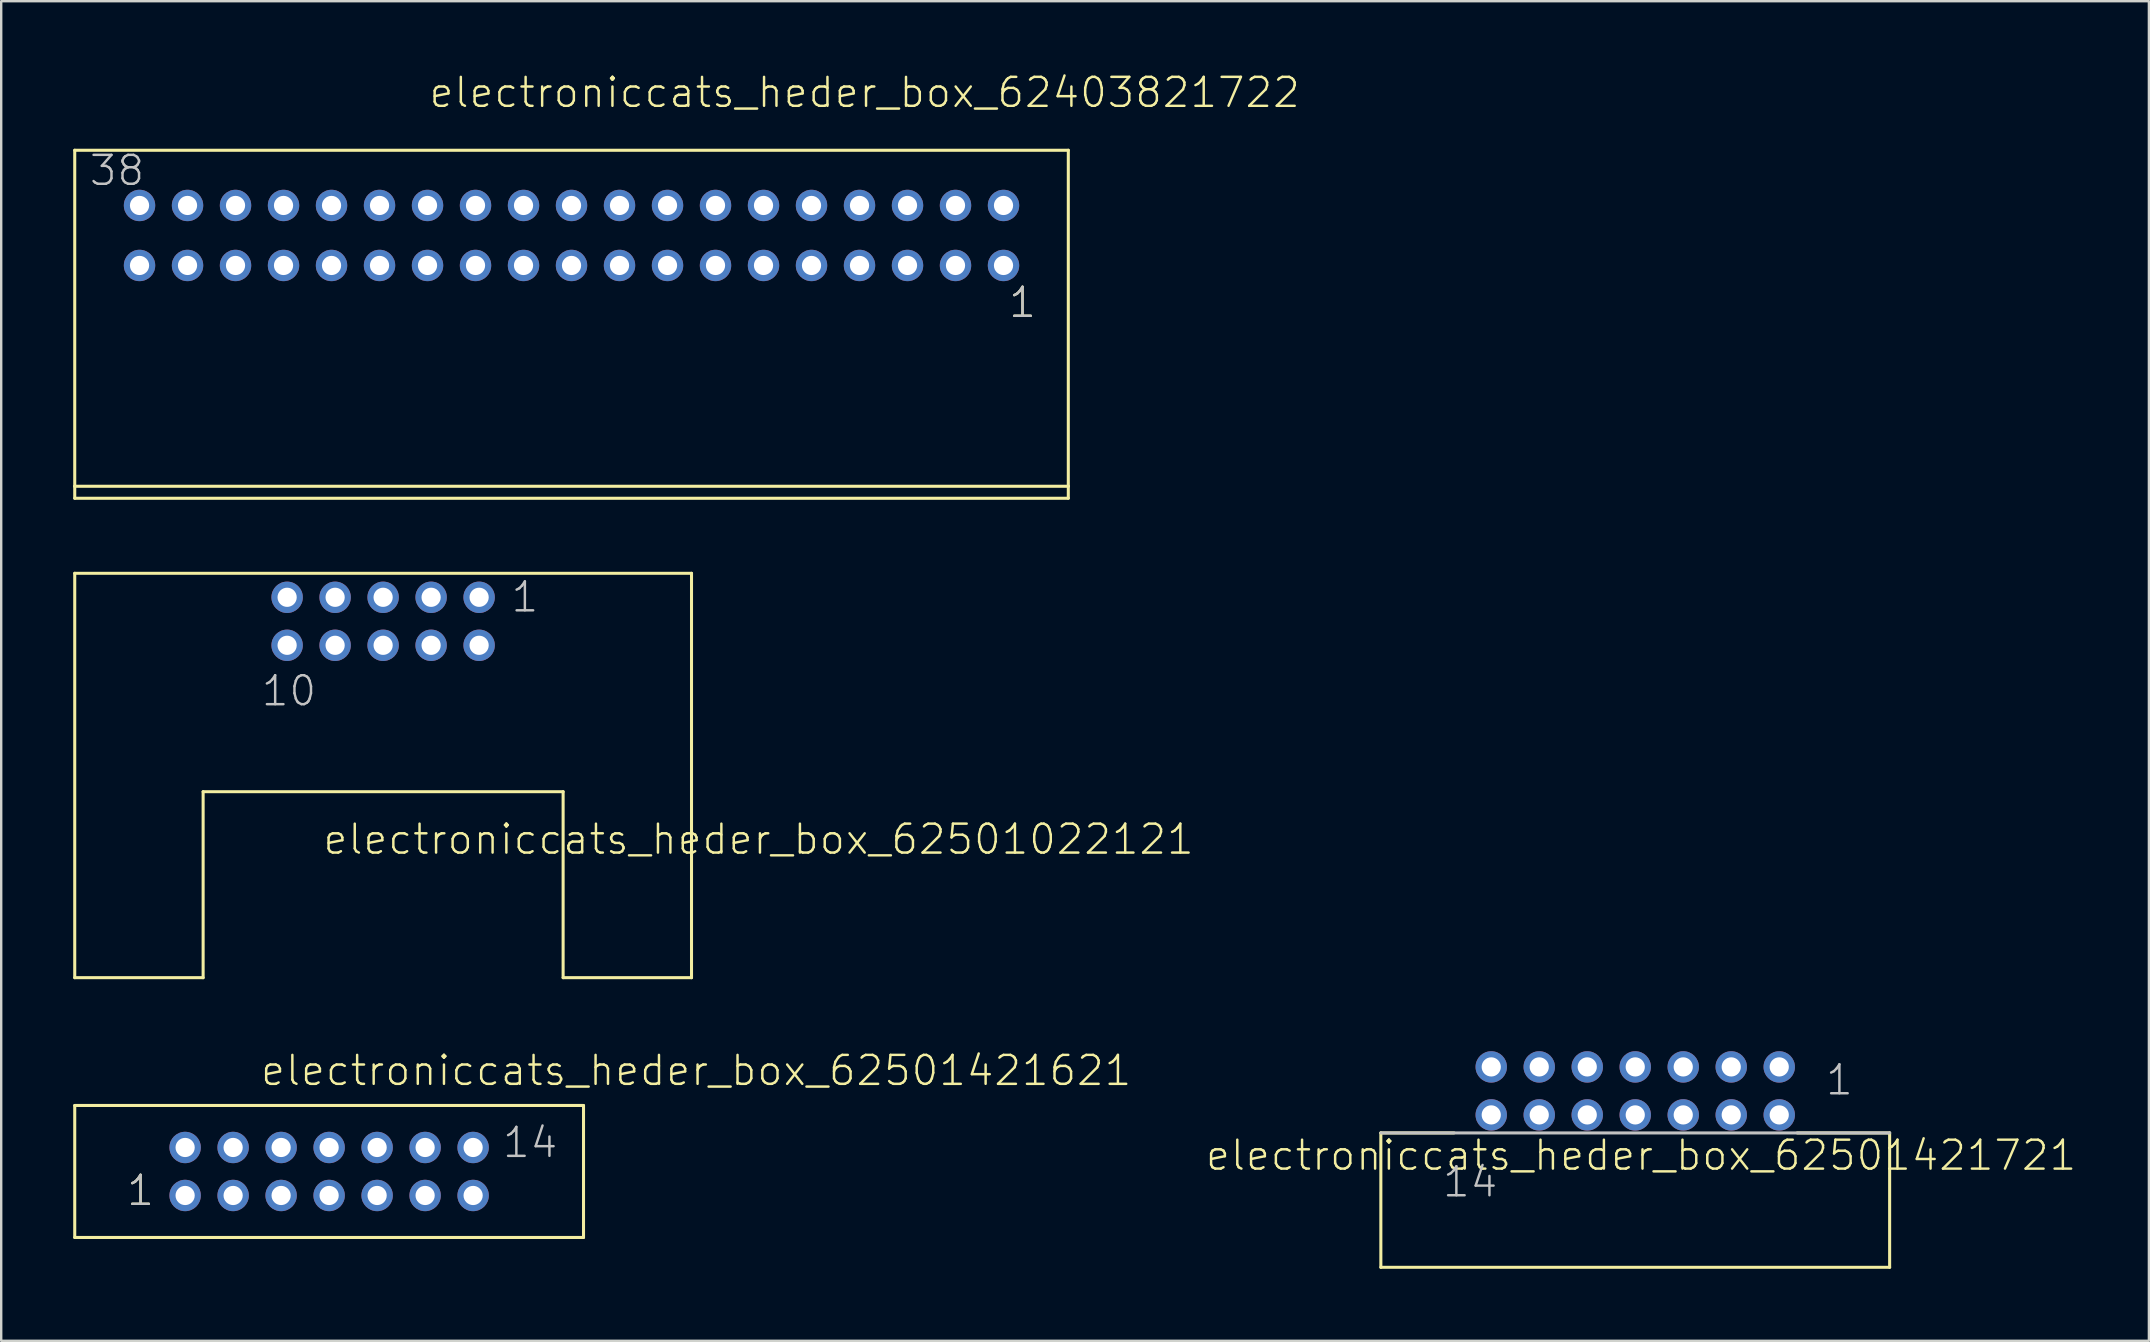
<source format=kicad_pcb>
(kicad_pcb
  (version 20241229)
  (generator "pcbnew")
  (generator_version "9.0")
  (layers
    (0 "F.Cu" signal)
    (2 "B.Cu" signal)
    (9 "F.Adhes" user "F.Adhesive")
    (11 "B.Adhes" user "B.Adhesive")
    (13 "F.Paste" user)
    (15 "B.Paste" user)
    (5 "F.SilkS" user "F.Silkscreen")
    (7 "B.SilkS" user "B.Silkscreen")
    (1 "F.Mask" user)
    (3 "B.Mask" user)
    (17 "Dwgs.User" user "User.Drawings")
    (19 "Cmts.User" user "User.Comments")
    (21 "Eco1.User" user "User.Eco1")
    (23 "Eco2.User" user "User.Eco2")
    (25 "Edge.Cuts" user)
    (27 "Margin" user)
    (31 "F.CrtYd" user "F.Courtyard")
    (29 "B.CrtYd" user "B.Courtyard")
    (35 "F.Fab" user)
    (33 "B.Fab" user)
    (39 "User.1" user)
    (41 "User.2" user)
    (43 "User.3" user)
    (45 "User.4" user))
  (footprint "electroniccats_heder_box_62501022121"
    (layer "F.Cu")
    (at 12.914 22.838)
    (property "Reference" "electroniccats_heder_box_62501022121" (at -2.57 9.79 0) (layer "F.SilkS") (effects (font (size 1.206 1.206) (thickness 0.102)) (justify left bottom)))
    (attr through_hole)
    (fp_line (start -12.85 -2) (end -12.85 14.85) (stroke (width 0.127) (type solid)) (layer "F.SilkS"))
    (fp_line (start -12.85 14.85) (end -7.5 14.85) (stroke (width 0.127) (type solid)) (layer "F.SilkS"))
    (fp_line (start -7.5 7.1) (end 7.5 7.1) (stroke (width 0.127) (type solid)) (layer "F.SilkS"))
    (fp_line (start -7.5 14.85) (end -7.5 7.1) (stroke (width 0.127) (type solid)) (layer "F.SilkS"))
    (fp_line (start 7.5 7.1) (end 7.5 14.85) (stroke (width 0.127) (type solid)) (layer "F.SilkS"))
    (fp_line (start 7.5 14.85) (end 12.85 14.85) (stroke (width 0.127) (type solid)) (layer "F.SilkS"))
    (fp_line (start 12.85 -2) (end -12.85 -2) (stroke (width 0.127) (type solid)) (layer "F.SilkS"))
    (fp_line (start 12.85 14.85) (end 12.85 -2) (stroke (width 0.127) (type solid)) (layer "F.SilkS"))
    (fp_text user "1" (at 5.265 -0.305 0) (layer "Dwgs.User") (effects (font (size 1.206 1.206) (thickness 0.102)) (justify left bottom)))
    (fp_text user "10" (at -5.14 3.605 0) (layer "Dwgs.User") (effects (font (size 1.206 1.206) (thickness 0.102)) (justify left bottom)))
    (pad "1" thru_hole circle (at 4 -1) (size 1.308 1.308) (drill 0.8) (layers "*.Cu" "*.Mask"))
    (pad "2" thru_hole circle (at 4 1) (size 1.308 1.308) (drill 0.8) (layers "*.Cu" "*.Mask"))
    (pad "3" thru_hole circle (at 2 -1) (size 1.308 1.308) (drill 0.8) (layers "*.Cu" "*.Mask"))
    (pad "4" thru_hole circle (at 2 1) (size 1.308 1.308) (drill 0.8) (layers "*.Cu" "*.Mask"))
    (pad "5" thru_hole circle (at 0 -1) (size 1.308 1.308) (drill 0.8) (layers "*.Cu" "*.Mask"))
    (pad "6" thru_hole circle (at 0 1) (size 1.308 1.308) (drill 0.8) (layers "*.Cu" "*.Mask"))
    (pad "7" thru_hole circle (at -2 -1) (size 1.308 1.308) (drill 0.8) (layers "*.Cu" "*.Mask"))
    (pad "8" thru_hole circle (at -2 1) (size 1.308 1.308) (drill 0.8) (layers "*.Cu" "*.Mask"))
    (pad "9" thru_hole circle (at -4 -1) (size 1.308 1.308) (drill 0.8) (layers "*.Cu" "*.Mask"))
    (pad "10" thru_hole circle (at -4 1) (size 1.308 1.308) (drill 0.8) (layers "*.Cu" "*.Mask")))
  (footprint "electroniccats_heder_box_62501421721"
    (layer "F.Cu")
    (at 65.087 43.406)
    (property "Reference" "electroniccats_heder_box_62501421721" (at -17.97 2.39 0) (layer "F.SilkS") (effects (font (size 1.206 1.206) (thickness 0.102)) (justify left bottom)))
    (attr through_hole)
    (fp_line (start -10.6 0.75) (end -10.6 6.35) (stroke (width 0.127) (type solid)) (layer "F.SilkS"))
    (fp_line (start -10.6 6.35) (end 10.6 6.35) (stroke (width 0.127) (type solid)) (layer "F.SilkS"))
    (fp_line (start -7.55 0.75) (end -10.6 0.75) (stroke (width 0.127) (type solid)) (layer "F.SilkS"))
    (fp_line (start 6.75 0.75) (end 10.6 0.75) (stroke (width 0.127) (type solid)) (layer "F.SilkS"))
    (fp_line (start 10.6 6.35) (end 10.6 0.75) (stroke (width 0.127) (type solid)) (layer "F.SilkS"))
    (fp_line (start 10.6 0.75) (end -10.6 0.75) (stroke (width 0.127) (type solid)) (layer "Dwgs.User"))
    (fp_text user "1" (at 7.865 -0.75 0) (layer "Dwgs.User") (effects (font (size 1.206 1.206) (thickness 0.102)) (justify left bottom)))
    (fp_text user "14" (at -8.095 3.5 0) (layer "Dwgs.User") (effects (font (size 1.206 1.206) (thickness 0.102)) (justify left bottom)))
    (pad "1" thru_hole circle (at 6 -2 180) (size 1.308 1.308) (drill 0.8) (layers "*.Cu" "*.Mask"))
    (pad "2" thru_hole circle (at 6 0 180) (size 1.308 1.308) (drill 0.8) (layers "*.Cu" "*.Mask"))
    (pad "3" thru_hole circle (at 4 -2 180) (size 1.308 1.308) (drill 0.8) (layers "*.Cu" "*.Mask"))
    (pad "4" thru_hole circle (at 4 0 180) (size 1.308 1.308) (drill 0.8) (layers "*.Cu" "*.Mask"))
    (pad "5" thru_hole circle (at 2 -2 180) (size 1.308 1.308) (drill 0.8) (layers "*.Cu" "*.Mask"))
    (pad "6" thru_hole circle (at 2 0 180) (size 1.308 1.308) (drill 0.8) (layers "*.Cu" "*.Mask"))
    (pad "7" thru_hole circle (at 0 -2 180) (size 1.308 1.308) (drill 0.8) (layers "*.Cu" "*.Mask"))
    (pad "8" thru_hole circle (at 0 0 180) (size 1.308 1.308) (drill 0.8) (layers "*.Cu" "*.Mask"))
    (pad "9" thru_hole circle (at -2 -2 180) (size 1.308 1.308) (drill 0.8) (layers "*.Cu" "*.Mask"))
    (pad "10" thru_hole circle (at -2 0 180) (size 1.308 1.308) (drill 0.8) (layers "*.Cu" "*.Mask"))
    (pad "11" thru_hole circle (at -4 -2 180) (size 1.308 1.308) (drill 0.8) (layers "*.Cu" "*.Mask"))
    (pad "12" thru_hole circle (at -4 0 180) (size 1.308 1.308) (drill 0.8) (layers "*.Cu" "*.Mask"))
    (pad "13" thru_hole circle (at -6 -2 180) (size 1.308 1.308) (drill 0.8) (layers "*.Cu" "*.Mask"))
    (pad "14" thru_hole circle (at -6 0 180) (size 1.308 1.308) (drill 0.8) (layers "*.Cu" "*.Mask")))
  (footprint "electroniccats_heder_box_62501421621"
    (layer "F.Cu")
    (at 8.664 45.763)
    (property "Reference" "electroniccats_heder_box_62501421621" (at -0.92 -3.5 0) (layer "F.SilkS") (effects (font (size 1.206 1.206) (thickness 0.102)) (justify left bottom)))
    (attr through_hole)
    (fp_line (start -8.6 -2.75) (end -8.6 2.75) (stroke (width 0.127) (type solid)) (layer "F.SilkS"))
    (fp_line (start -8.6 2.75) (end 12.6 2.75) (stroke (width 0.127) (type solid)) (layer "F.SilkS"))
    (fp_line (start 12.6 -2.75) (end -8.6 -2.75) (stroke (width 0.127) (type solid)) (layer "F.SilkS"))
    (fp_line (start 12.6 2.75) (end 12.6 -2.75) (stroke (width 0.127) (type solid)) (layer "F.SilkS"))
    (fp_text user "1" (at -6.5 1.5 0) (layer "F.SilkS") (effects (font (size 1.206 1.206) (thickness 0.102)) (justify left bottom)))
    (fp_text user "14" (at 9.16 -0.5 0) (layer "Dwgs.User") (effects (font (size 1.206 1.206) (thickness 0.102)) (justify left bottom)))
    (fp_text user "1" (at -6.5 1.5 0) (layer "Dwgs.User") (effects (font (size 1.206 1.206) (thickness 0.102)) (justify left bottom)))
    (pad "1" thru_hole circle (at -4 1) (size 1.308 1.308) (drill 0.8) (layers "*.Cu" "*.Mask"))
    (pad "2" thru_hole circle (at -4 -1) (size 1.308 1.308) (drill 0.8) (layers "*.Cu" "*.Mask"))
    (pad "3" thru_hole circle (at -2 1) (size 1.308 1.308) (drill 0.8) (layers "*.Cu" "*.Mask"))
    (pad "4" thru_hole circle (at -2 -1) (size 1.308 1.308) (drill 0.8) (layers "*.Cu" "*.Mask"))
    (pad "5" thru_hole circle (at 0 1) (size 1.308 1.308) (drill 0.8) (layers "*.Cu" "*.Mask"))
    (pad "6" thru_hole circle (at 0 -1) (size 1.308 1.308) (drill 0.8) (layers "*.Cu" "*.Mask"))
    (pad "7" thru_hole circle (at 2 1) (size 1.308 1.308) (drill 0.8) (layers "*.Cu" "*.Mask"))
    (pad "8" thru_hole circle (at 2 -1) (size 1.308 1.308) (drill 0.8) (layers "*.Cu" "*.Mask"))
    (pad "9" thru_hole circle (at 4 1) (size 1.308 1.308) (drill 0.8) (layers "*.Cu" "*.Mask"))
    (pad "10" thru_hole circle (at 4 -1) (size 1.308 1.308) (drill 0.8) (layers "*.Cu" "*.Mask"))
    (pad "11" thru_hole circle (at 6 1) (size 1.308 1.308) (drill 0.8) (layers "*.Cu" "*.Mask"))
    (pad "12" thru_hole circle (at 6 -1) (size 1.308 1.308) (drill 0.8) (layers "*.Cu" "*.Mask"))
    (pad "13" thru_hole circle (at 8 1) (size 1.308 1.308) (drill 0.8) (layers "*.Cu" "*.Mask"))
    (pad "14" thru_hole circle (at 8 -1) (size 1.308 1.308) (drill 0.8) (layers "*.Cu" "*.Mask")))
  (footprint "electroniccats_heder_box_62403821722"
    (layer "F.Cu")
    (at 20.764 6.761)
    (property "Reference" "electroniccats_heder_box_62403821722" (at -6 -5.25 0) (layer "F.SilkS") (effects (font (size 1.206 1.206) (thickness 0.102)) (justify left bottom)))
    (attr through_hole)
    (fp_line (start -20.7 -3.55) (end -20.7 10.45) (stroke (width 0.127) (type solid)) (layer "F.SilkS"))
    (fp_line (start -20.7 10.45) (end -20.7 10.95) (stroke (width 0.127) (type solid)) (layer "F.SilkS"))
    (fp_line (start -20.7 10.45) (end 20.7 10.45) (stroke (width 0.127) (type solid)) (layer "F.SilkS"))
    (fp_line (start -20.7 10.95) (end 20.7 10.95) (stroke (width 0.127) (type solid)) (layer "F.SilkS"))
    (fp_line (start 20.7 -3.55) (end -20.7 -3.55) (stroke (width 0.127) (type solid)) (layer "F.SilkS"))
    (fp_line (start 20.7 10.45) (end 20.7 -3.55) (stroke (width 0.127) (type solid)) (layer "F.SilkS"))
    (fp_line (start 20.7 10.95) (end 20.7 10.45) (stroke (width 0.127) (type solid)) (layer "F.SilkS"))
    (fp_text user "1" (at 18.15 3.5 0) (layer "F.SilkS") (effects (font (size 1.206 1.206) (thickness 0.102)) (justify left bottom)))
    (fp_text user "1" (at 18.15 3.5 0) (layer "Dwgs.User") (effects (font (size 1.206 1.206) (thickness 0.102)) (justify left bottom)))
    (fp_text user "38" (at -20.155 -2 0) (layer "Dwgs.User") (effects (font (size 1.206 1.206) (thickness 0.102)) (justify left bottom)))
    (pad "1" thru_hole circle (at 18 1.25 180) (size 1.308 1.308) (drill 0.8) (layers "*.Cu" "*.Mask"))
    (pad "2" thru_hole circle (at 18 -1.25 180) (size 1.308 1.308) (drill 0.8) (layers "*.Cu" "*.Mask"))
    (pad "3" thru_hole circle (at 16 1.25 180) (size 1.308 1.308) (drill 0.8) (layers "*.Cu" "*.Mask"))
    (pad "4" thru_hole circle (at 16 -1.25 180) (size 1.308 1.308) (drill 0.8) (layers "*.Cu" "*.Mask"))
    (pad "5" thru_hole circle (at 14 1.25 180) (size 1.308 1.308) (drill 0.8) (layers "*.Cu" "*.Mask"))
    (pad "6" thru_hole circle (at 14 -1.25 180) (size 1.308 1.308) (drill 0.8) (layers "*.Cu" "*.Mask"))
    (pad "7" thru_hole circle (at 12 1.25 180) (size 1.308 1.308) (drill 0.8) (layers "*.Cu" "*.Mask"))
    (pad "8" thru_hole circle (at 12 -1.25 180) (size 1.308 1.308) (drill 0.8) (layers "*.Cu" "*.Mask"))
    (pad "9" thru_hole circle (at 10 1.25 180) (size 1.308 1.308) (drill 0.8) (layers "*.Cu" "*.Mask"))
    (pad "10" thru_hole circle (at 10 -1.25 180) (size 1.308 1.308) (drill 0.8) (layers "*.Cu" "*.Mask"))
    (pad "11" thru_hole circle (at 8 1.25 180) (size 1.308 1.308) (drill 0.8) (layers "*.Cu" "*.Mask"))
    (pad "12" thru_hole circle (at 8 -1.25 180) (size 1.308 1.308) (drill 0.8) (layers "*.Cu" "*.Mask"))
    (pad "13" thru_hole circle (at 6 1.25 180) (size 1.308 1.308) (drill 0.8) (layers "*.Cu" "*.Mask"))
    (pad "14" thru_hole circle (at 6 -1.25 180) (size 1.308 1.308) (drill 0.8) (layers "*.Cu" "*.Mask"))
    (pad "15" thru_hole circle (at 4 1.25 180) (size 1.308 1.308) (drill 0.8) (layers "*.Cu" "*.Mask"))
    (pad "16" thru_hole circle (at 4 -1.25 180) (size 1.308 1.308) (drill 0.8) (layers "*.Cu" "*.Mask"))
    (pad "17" thru_hole circle (at 2 1.25 180) (size 1.308 1.308) (drill 0.8) (layers "*.Cu" "*.Mask"))
    (pad "18" thru_hole circle (at 2 -1.25 180) (size 1.308 1.308) (drill 0.8) (layers "*.Cu" "*.Mask"))
    (pad "19" thru_hole circle (at 0 1.25 180) (size 1.308 1.308) (drill 0.8) (layers "*.Cu" "*.Mask"))
    (pad "20" thru_hole circle (at 0 -1.25 180) (size 1.308 1.308) (drill 0.8) (layers "*.Cu" "*.Mask"))
    (pad "21" thru_hole circle (at -2 1.25 180) (size 1.308 1.308) (drill 0.8) (layers "*.Cu" "*.Mask"))
    (pad "22" thru_hole circle (at -2 -1.25 180) (size 1.308 1.308) (drill 0.8) (layers "*.Cu" "*.Mask"))
    (pad "23" thru_hole circle (at -4 1.25 180) (size 1.308 1.308) (drill 0.8) (layers "*.Cu" "*.Mask"))
    (pad "24" thru_hole circle (at -4 -1.25 180) (size 1.308 1.308) (drill 0.8) (layers "*.Cu" "*.Mask"))
    (pad "25" thru_hole circle (at -6 1.25 180) (size 1.308 1.308) (drill 0.8) (layers "*.Cu" "*.Mask"))
    (pad "26" thru_hole circle (at -6 -1.25 180) (size 1.308 1.308) (drill 0.8) (layers "*.Cu" "*.Mask"))
    (pad "27" thru_hole circle (at -8 1.25 180) (size 1.308 1.308) (drill 0.8) (layers "*.Cu" "*.Mask"))
    (pad "28" thru_hole circle (at -8 -1.25 180) (size 1.308 1.308) (drill 0.8) (layers "*.Cu" "*.Mask"))
    (pad "29" thru_hole circle (at -10 1.25 180) (size 1.308 1.308) (drill 0.8) (layers "*.Cu" "*.Mask"))
    (pad "30" thru_hole circle (at -10 -1.25 180) (size 1.308 1.308) (drill 0.8) (layers "*.Cu" "*.Mask"))
    (pad "31" thru_hole circle (at -12 1.25 180) (size 1.308 1.308) (drill 0.8) (layers "*.Cu" "*.Mask"))
    (pad "32" thru_hole circle (at -12 -1.25 180) (size 1.308 1.308) (drill 0.8) (layers "*.Cu" "*.Mask"))
    (pad "33" thru_hole circle (at -14 1.25 180) (size 1.308 1.308) (drill 0.8) (layers "*.Cu" "*.Mask"))
    (pad "34" thru_hole circle (at -14 -1.25 180) (size 1.308 1.308) (drill 0.8) (layers "*.Cu" "*.Mask"))
    (pad "35" thru_hole circle (at -16 1.25 180) (size 1.308 1.308) (drill 0.8) (layers "*.Cu" "*.Mask"))
    (pad "36" thru_hole circle (at -16 -1.25 180) (size 1.308 1.308) (drill 0.8) (layers "*.Cu" "*.Mask"))
    (pad "37" thru_hole circle (at -18 1.25 180) (size 1.308 1.308) (drill 0.8) (layers "*.Cu" "*.Mask"))
    (pad "38" thru_hole circle (at -18 -1.25 180) (size 1.308 1.308) (drill 0.8) (layers "*.Cu" "*.Mask")))
  (gr_rect
    (start -3 -3)
    (end 86.49 52.819)
    (stroke (width 0.1) (type default))
    (fill no)
    (layer "Edge.Cuts")))
</source>
